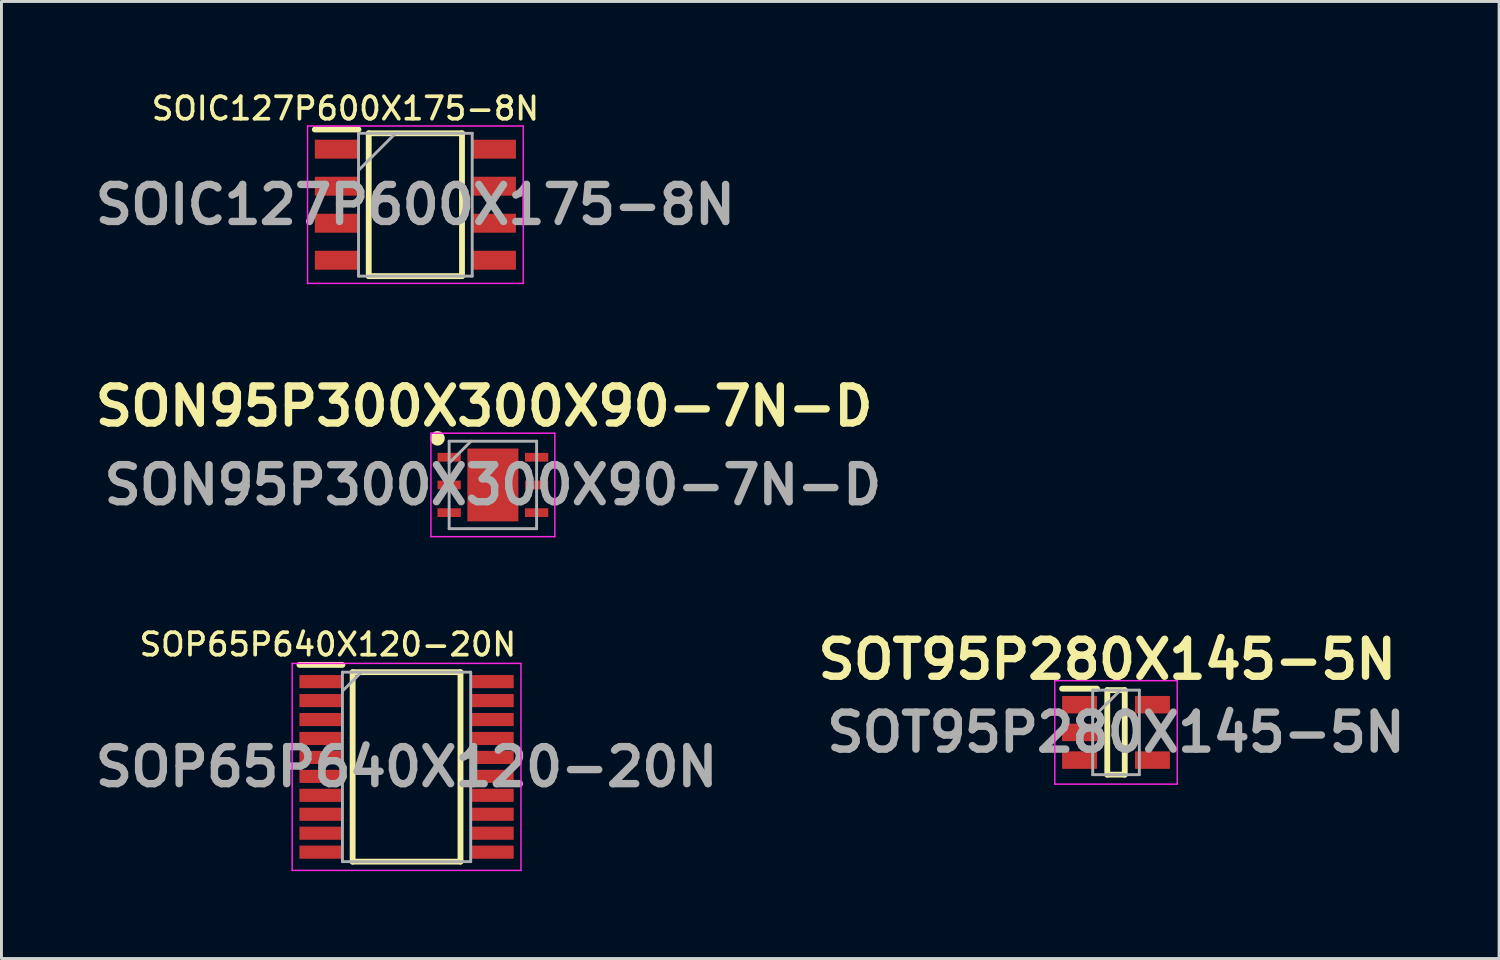
<source format=kicad_pcb>
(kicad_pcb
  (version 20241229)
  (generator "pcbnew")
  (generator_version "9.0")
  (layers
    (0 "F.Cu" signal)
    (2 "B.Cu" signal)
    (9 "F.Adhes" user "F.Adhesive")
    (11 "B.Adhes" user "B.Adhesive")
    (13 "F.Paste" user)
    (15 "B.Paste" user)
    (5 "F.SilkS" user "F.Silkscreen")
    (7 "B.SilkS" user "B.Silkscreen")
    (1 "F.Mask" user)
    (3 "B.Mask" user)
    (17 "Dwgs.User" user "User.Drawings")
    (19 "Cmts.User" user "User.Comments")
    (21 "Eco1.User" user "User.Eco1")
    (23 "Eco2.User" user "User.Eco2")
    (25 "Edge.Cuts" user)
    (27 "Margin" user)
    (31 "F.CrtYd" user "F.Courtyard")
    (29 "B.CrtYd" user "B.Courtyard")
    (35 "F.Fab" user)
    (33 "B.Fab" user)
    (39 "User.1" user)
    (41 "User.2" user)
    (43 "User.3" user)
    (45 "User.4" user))
  (footprint "SOIC127P600X175-8N"
    (layer "F.Cu")
    (at 11.2 3.973)
    (property "Reference" "SOIC127P600X175-8N" (at -2.4 -3.3 0) (layer "F.SilkS") (effects (font (size 0.77 0.77) (thickness 0.127))))
    (attr smd)
    (fp_line (start -3.45 -2.58) (end -1.95 -2.58) (stroke (width 0.2) (type solid)) (layer "F.SilkS"))
    (fp_line (start -1.6 -2.45) (end 1.6 -2.45) (stroke (width 0.2) (type solid)) (layer "F.SilkS"))
    (fp_line (start -1.6 2.45) (end -1.6 -2.45) (stroke (width 0.2) (type solid)) (layer "F.SilkS"))
    (fp_line (start 1.6 -2.45) (end 1.6 2.45) (stroke (width 0.2) (type solid)) (layer "F.SilkS"))
    (fp_line (start 1.6 2.45) (end -1.6 2.45) (stroke (width 0.2) (type solid)) (layer "F.SilkS"))
    (fp_line (start -3.7 -2.7) (end 3.7 -2.7) (stroke (width 0.05) (type solid)) (layer "F.CrtYd"))
    (fp_line (start -3.7 2.7) (end -3.7 -2.7) (stroke (width 0.05) (type solid)) (layer "F.CrtYd"))
    (fp_line (start 3.7 -2.7) (end 3.7 2.7) (stroke (width 0.05) (type solid)) (layer "F.CrtYd"))
    (fp_line (start 3.7 2.7) (end -3.7 2.7) (stroke (width 0.05) (type solid)) (layer "F.CrtYd"))
    (fp_line (start -1.95 -2.45) (end 1.95 -2.45) (stroke (width 0.1) (type solid)) (layer "F.Fab"))
    (fp_line (start -1.95 -1.18) (end -0.68 -2.45) (stroke (width 0.1) (type solid)) (layer "F.Fab"))
    (fp_line (start -1.95 2.45) (end -1.95 -2.45) (stroke (width 0.1) (type solid)) (layer "F.Fab"))
    (fp_line (start 1.95 -2.45) (end 1.95 2.45) (stroke (width 0.1) (type solid)) (layer "F.Fab"))
    (fp_line (start 1.95 2.45) (end -1.95 2.45) (stroke (width 0.1) (type solid)) (layer "F.Fab"))
    (fp_text user "${REFERENCE}" (at 0 0 0) (layer "F.Fab") (effects (font (size 1.27 1.27) (thickness 0.254))))
    (pad "1" smd rect (at -2.7 -1.905 90) (size 0.65 1.5) (layers "F.Cu" "F.Mask" "F.Paste"))
    (pad "2" smd rect (at -2.7 -0.635 90) (size 0.65 1.5) (layers "F.Cu" "F.Mask" "F.Paste"))
    (pad "3" smd rect (at -2.7 0.635 90) (size 0.65 1.5) (layers "F.Cu" "F.Mask" "F.Paste"))
    (pad "4" smd rect (at -2.7 1.905 90) (size 0.65 1.5) (layers "F.Cu" "F.Mask" "F.Paste"))
    (pad "5" smd rect (at 2.7 1.905 90) (size 0.65 1.5) (layers "F.Cu" "F.Mask" "F.Paste"))
    (pad "6" smd rect (at 2.7 0.635 90) (size 0.65 1.5) (layers "F.Cu" "F.Mask" "F.Paste"))
    (pad "7" smd rect (at 2.7 -0.635 90) (size 0.65 1.5) (layers "F.Cu" "F.Mask" "F.Paste"))
    (pad "8" smd rect (at 2.7 -1.905 90) (size 0.65 1.5) (layers "F.Cu" "F.Mask" "F.Paste")))
  (footprint "SOT95P280X145-5N"
    (layer "F.Cu")
    (at 35.237 22.076)
    (property "Reference" "SOT95P280X145-5N" (at -0.3 -2.5 0) (layer "F.SilkS") (effects (font (size 1.27 1.27) (thickness 0.254))))
    (attr smd)
    (fp_line (start -1.85 -1.5) (end -0.65 -1.5) (stroke (width 0.2) (type solid)) (layer "F.SilkS"))
    (fp_line (start -0.3 -1.45) (end 0.3 -1.45) (stroke (width 0.2) (type solid)) (layer "F.SilkS"))
    (fp_line (start -0.3 1.45) (end -0.3 -1.45) (stroke (width 0.2) (type solid)) (layer "F.SilkS"))
    (fp_line (start 0.3 -1.45) (end 0.3 1.45) (stroke (width 0.2) (type solid)) (layer "F.SilkS"))
    (fp_line (start 0.3 1.45) (end -0.3 1.45) (stroke (width 0.2) (type solid)) (layer "F.SilkS"))
    (fp_line (start -2.1 -1.775) (end 2.1 -1.775) (stroke (width 0.05) (type solid)) (layer "F.CrtYd"))
    (fp_line (start -2.1 1.775) (end -2.1 -1.775) (stroke (width 0.05) (type solid)) (layer "F.CrtYd"))
    (fp_line (start 2.1 -1.775) (end 2.1 1.775) (stroke (width 0.05) (type solid)) (layer "F.CrtYd"))
    (fp_line (start 2.1 1.775) (end -2.1 1.775) (stroke (width 0.05) (type solid)) (layer "F.CrtYd"))
    (fp_line (start -0.8 -1.45) (end 0.8 -1.45) (stroke (width 0.1) (type solid)) (layer "F.Fab"))
    (fp_line (start -0.8 -0.5) (end 0.15 -1.45) (stroke (width 0.1) (type solid)) (layer "F.Fab"))
    (fp_line (start -0.8 1.45) (end -0.8 -1.45) (stroke (width 0.1) (type solid)) (layer "F.Fab"))
    (fp_line (start 0.8 -1.45) (end 0.8 1.45) (stroke (width 0.1) (type solid)) (layer "F.Fab"))
    (fp_line (start 0.8 1.45) (end -0.8 1.45) (stroke (width 0.1) (type solid)) (layer "F.Fab"))
    (fp_text user "${REFERENCE}" (at 0 0 0) (layer "F.Fab") (effects (font (size 1.27 1.27) (thickness 0.254))))
    (pad "1" smd rect (at -1.25 -0.95 90) (size 0.6 1.2) (layers "F.Cu" "F.Mask" "F.Paste"))
    (pad "2" smd rect (at -1.25 0 90) (size 0.6 1.2) (layers "F.Cu" "F.Mask" "F.Paste"))
    (pad "3" smd rect (at -1.25 0.95 90) (size 0.6 1.2) (layers "F.Cu" "F.Mask" "F.Paste"))
    (pad "4" smd rect (at 1.25 0.95 90) (size 0.6 1.2) (layers "F.Cu" "F.Mask" "F.Paste"))
    (pad "5" smd rect (at 1.25 -0.95 90) (size 0.6 1.2) (layers "F.Cu" "F.Mask" "F.Paste")))
  (footprint "SON95P300X300X90-7N-D"
    (layer "F.Cu")
    (at 13.859 13.587)
    (property "Reference" "SON95P300X300X90-7N-D" (at -0.3 -2.7 0) (layer "F.SilkS") (effects (font (size 1.27 1.27) (thickness 0.254))))
    (attr smd)
    (fp_circle (center -1.9 -1.6) (end -1.9 -1.475) (stroke (width 0.25) (type solid)) (fill no) (layer "F.SilkS"))
    (fp_line (start -2.125 -1.775) (end 2.125 -1.775) (stroke (width 0.05) (type solid)) (layer "F.CrtYd"))
    (fp_line (start -2.125 1.775) (end -2.125 -1.775) (stroke (width 0.05) (type solid)) (layer "F.CrtYd"))
    (fp_line (start 2.125 -1.775) (end 2.125 1.775) (stroke (width 0.05) (type solid)) (layer "F.CrtYd"))
    (fp_line (start 2.125 1.775) (end -2.125 1.775) (stroke (width 0.05) (type solid)) (layer "F.CrtYd"))
    (fp_line (start -1.5 -1.5) (end 1.5 -1.5) (stroke (width 0.1) (type solid)) (layer "F.Fab"))
    (fp_line (start -1.5 -0.75) (end -0.75 -1.5) (stroke (width 0.1) (type solid)) (layer "F.Fab"))
    (fp_line (start -1.5 1.5) (end -1.5 -1.5) (stroke (width 0.1) (type solid)) (layer "F.Fab"))
    (fp_line (start 1.5 -1.5) (end 1.5 1.5) (stroke (width 0.1) (type solid)) (layer "F.Fab"))
    (fp_line (start 1.5 1.5) (end -1.5 1.5) (stroke (width 0.1) (type solid)) (layer "F.Fab"))
    (fp_text user "${REFERENCE}" (at 0 0 0) (layer "F.Fab") (effects (font (size 1.27 1.27) (thickness 0.254))))
    (pad "1" smd rect (at -1.5 -0.95 90) (size 0.3 0.8) (layers "F.Cu" "F.Mask" "F.Paste"))
    (pad "2" smd rect (at -1.5 0 90) (size 0.3 0.8) (layers "F.Cu" "F.Mask" "F.Paste"))
    (pad "3" smd rect (at -1.5 0.95 90) (size 0.3 0.8) (layers "F.Cu" "F.Mask" "F.Paste"))
    (pad "4" smd rect (at 1.5 0.95 90) (size 0.3 0.8) (layers "F.Cu" "F.Mask" "F.Paste"))
    (pad "5" smd rect (at 1.5 0 90) (size 0.3 0.8) (layers "F.Cu" "F.Mask" "F.Paste"))
    (pad "6" smd rect (at 1.5 -0.95 90) (size 0.3 0.8) (layers "F.Cu" "F.Mask" "F.Paste"))
    (pad "7" smd rect (at 0 0) (size 1.75 2.5) (layers "F.Cu" "F.Mask" "F.Paste")))
  (footprint "SOP65P640X120-20N"
    (layer "F.Cu")
    (at 10.898 23.26)
    (property "Reference" "SOP65P640X120-20N" (at -2.7 -4.2 0) (layer "F.SilkS") (effects (font (size 0.77 0.77) (thickness 0.127))))
    (attr smd)
    (fp_line (start -3.675 -3.5) (end -2.2 -3.5) (stroke (width 0.2) (type solid)) (layer "F.SilkS"))
    (fp_line (start -1.85 -3.25) (end 1.85 -3.25) (stroke (width 0.2) (type solid)) (layer "F.SilkS"))
    (fp_line (start -1.85 3.25) (end -1.85 -3.25) (stroke (width 0.2) (type solid)) (layer "F.SilkS"))
    (fp_line (start 1.85 -3.25) (end 1.85 3.25) (stroke (width 0.2) (type solid)) (layer "F.SilkS"))
    (fp_line (start 1.85 3.25) (end -1.85 3.25) (stroke (width 0.2) (type solid)) (layer "F.SilkS"))
    (fp_line (start -3.925 -3.55) (end 3.925 -3.55) (stroke (width 0.05) (type solid)) (layer "F.CrtYd"))
    (fp_line (start -3.925 3.55) (end -3.925 -3.55) (stroke (width 0.05) (type solid)) (layer "F.CrtYd"))
    (fp_line (start 3.925 -3.55) (end 3.925 3.55) (stroke (width 0.05) (type solid)) (layer "F.CrtYd"))
    (fp_line (start 3.925 3.55) (end -3.925 3.55) (stroke (width 0.05) (type solid)) (layer "F.CrtYd"))
    (fp_line (start -2.2 -3.25) (end 2.2 -3.25) (stroke (width 0.1) (type solid)) (layer "F.Fab"))
    (fp_line (start -2.2 -2.6) (end -1.55 -3.25) (stroke (width 0.1) (type solid)) (layer "F.Fab"))
    (fp_line (start -2.2 3.25) (end -2.2 -3.25) (stroke (width 0.1) (type solid)) (layer "F.Fab"))
    (fp_line (start 2.2 -3.25) (end 2.2 3.25) (stroke (width 0.1) (type solid)) (layer "F.Fab"))
    (fp_line (start 2.2 3.25) (end -2.2 3.25) (stroke (width 0.1) (type solid)) (layer "F.Fab"))
    (fp_text user "${REFERENCE}" (at 0 0 0) (layer "F.Fab") (effects (font (size 1.27 1.27) (thickness 0.254))))
    (pad "1" smd rect (at -2.938 -2.925 90) (size 0.45 1.475) (layers "F.Cu" "F.Mask" "F.Paste"))
    (pad "2" smd rect (at -2.938 -2.275 90) (size 0.45 1.475) (layers "F.Cu" "F.Mask" "F.Paste"))
    (pad "3" smd rect (at -2.938 -1.625 90) (size 0.45 1.475) (layers "F.Cu" "F.Mask" "F.Paste"))
    (pad "4" smd rect (at -2.938 -0.975 90) (size 0.45 1.475) (layers "F.Cu" "F.Mask" "F.Paste"))
    (pad "5" smd rect (at -2.938 -0.325 90) (size 0.45 1.475) (layers "F.Cu" "F.Mask" "F.Paste"))
    (pad "6" smd rect (at -2.938 0.325 90) (size 0.45 1.475) (layers "F.Cu" "F.Mask" "F.Paste"))
    (pad "7" smd rect (at -2.938 0.975 90) (size 0.45 1.475) (layers "F.Cu" "F.Mask" "F.Paste"))
    (pad "8" smd rect (at -2.938 1.625 90) (size 0.45 1.475) (layers "F.Cu" "F.Mask" "F.Paste"))
    (pad "9" smd rect (at -2.938 2.275 90) (size 0.45 1.475) (layers "F.Cu" "F.Mask" "F.Paste"))
    (pad "10" smd rect (at -2.938 2.925 90) (size 0.45 1.475) (layers "F.Cu" "F.Mask" "F.Paste"))
    (pad "11" smd rect (at 2.938 2.925 90) (size 0.45 1.475) (layers "F.Cu" "F.Mask" "F.Paste"))
    (pad "12" smd rect (at 2.938 2.275 90) (size 0.45 1.475) (layers "F.Cu" "F.Mask" "F.Paste"))
    (pad "13" smd rect (at 2.938 1.625 90) (size 0.45 1.475) (layers "F.Cu" "F.Mask" "F.Paste"))
    (pad "14" smd rect (at 2.938 0.975 90) (size 0.45 1.475) (layers "F.Cu" "F.Mask" "F.Paste"))
    (pad "15" smd rect (at 2.938 0.325 90) (size 0.45 1.475) (layers "F.Cu" "F.Mask" "F.Paste"))
    (pad "16" smd rect (at 2.938 -0.325 90) (size 0.45 1.475) (layers "F.Cu" "F.Mask" "F.Paste"))
    (pad "17" smd rect (at 2.938 -0.975 90) (size 0.45 1.475) (layers "F.Cu" "F.Mask" "F.Paste"))
    (pad "18" smd rect (at 2.938 -1.625 90) (size 0.45 1.475) (layers "F.Cu" "F.Mask" "F.Paste"))
    (pad "19" smd rect (at 2.938 -2.275 90) (size 0.45 1.475) (layers "F.Cu" "F.Mask" "F.Paste"))
    (pad "20" smd rect (at 2.938 -2.925 90) (size 0.45 1.475) (layers "F.Cu" "F.Mask" "F.Paste")))
  (gr_rect
    (start -3 -3)
    (end 48.379 29.835)
    (stroke (width 0.1) (type default))
    (fill no)
    (layer "Edge.Cuts")))
</source>
